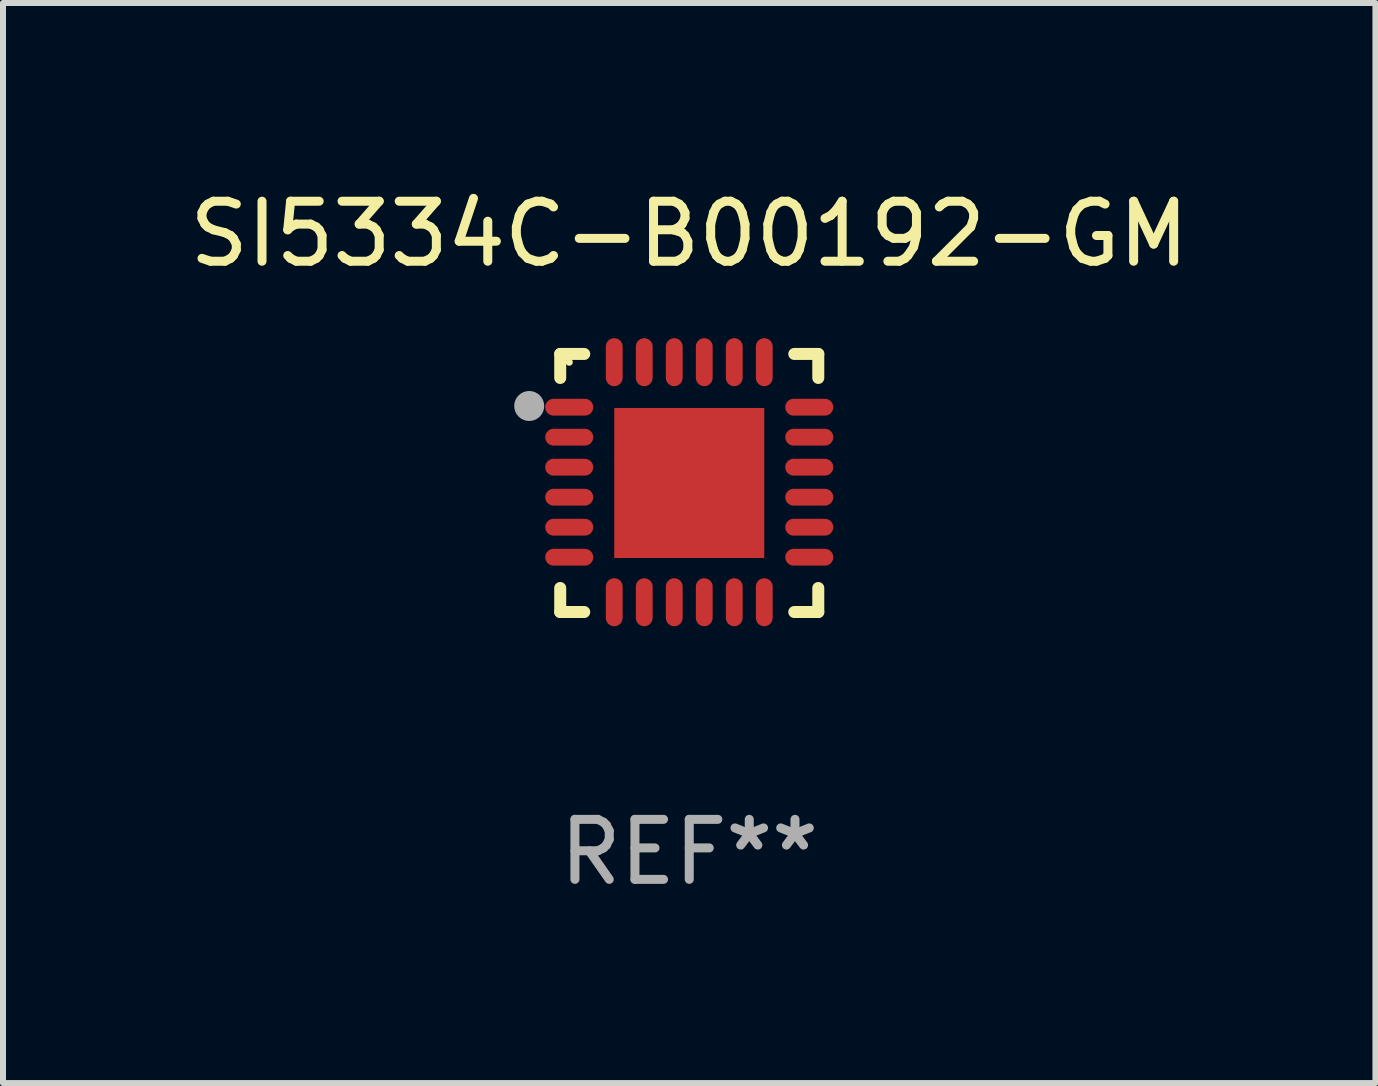
<source format=kicad_pcb>
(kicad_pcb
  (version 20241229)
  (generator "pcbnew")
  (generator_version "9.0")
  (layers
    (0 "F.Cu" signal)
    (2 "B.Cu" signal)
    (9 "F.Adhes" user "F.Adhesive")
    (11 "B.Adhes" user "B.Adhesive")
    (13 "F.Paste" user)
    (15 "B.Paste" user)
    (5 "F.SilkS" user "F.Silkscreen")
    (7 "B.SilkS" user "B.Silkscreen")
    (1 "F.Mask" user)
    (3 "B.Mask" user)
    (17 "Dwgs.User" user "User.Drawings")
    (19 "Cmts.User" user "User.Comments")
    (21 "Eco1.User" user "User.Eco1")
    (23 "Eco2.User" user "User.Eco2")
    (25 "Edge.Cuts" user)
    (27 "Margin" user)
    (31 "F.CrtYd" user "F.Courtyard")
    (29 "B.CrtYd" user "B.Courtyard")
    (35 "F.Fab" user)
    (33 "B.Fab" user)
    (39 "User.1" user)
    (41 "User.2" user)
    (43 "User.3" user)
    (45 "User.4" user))
  (footprint "SI5334C-B00192-GM"
    (layer "F.Cu")
    (at 8.435 4.998)
    (property "Reference" "SI5334C-B00192-GM" (at 0 -4.15 0) (layer "F.SilkS") (effects (font (size 1 1) (thickness 0.15))))
    (attr through_hole)
    (fp_line (start -2.15 -2.15) (end -1.75 -2.15) (stroke (width 0.2) (type solid)) (layer "F.SilkS"))
    (fp_line (start -2.15 -1.75) (end -2.15 -2.15) (stroke (width 0.2) (type solid)) (layer "F.SilkS"))
    (fp_line (start -2.15 2.15) (end -2.15 1.75) (stroke (width 0.2) (type solid)) (layer "F.SilkS"))
    (fp_line (start -1.75 2.15) (end -2.15 2.15) (stroke (width 0.2) (type solid)) (layer "F.SilkS"))
    (fp_line (start 1.75 -2.15) (end 2.15 -2.15) (stroke (width 0.2) (type solid)) (layer "F.SilkS"))
    (fp_line (start 1.75 2.15) (end 2.15 2.15) (stroke (width 0.2) (type solid)) (layer "F.SilkS"))
    (fp_line (start 2.15 -2.15) (end 2.15 -1.75) (stroke (width 0.2) (type solid)) (layer "F.SilkS"))
    (fp_line (start 2.15 2.15) (end 2.15 1.75) (stroke (width 0.2) (type solid)) (layer "F.SilkS"))
    (fp_circle (center -2 -2.013) (end -1.97 -2.013) (stroke (width 0.06) (type solid)) (fill no) (layer "F.SilkS"))
    (fp_circle (center -2.667 -1.283) (end -2.542 -1.283) (stroke (width 0.25) (type solid)) (fill no) (layer "F.Fab"))
    (fp_text user "REF**" (at 0 6.15 0) (layer "F.Fab") (effects (font (size 1 1) (thickness 0.15))))
    (pad "1" smd oval (at -2 -1.263) (size 0.8 0.28) (layers "F.Cu" "F.Mask" "F.Paste"))
    (pad "2" smd oval (at -2 -0.763) (size 0.8 0.28) (layers "F.Cu" "F.Mask" "F.Paste"))
    (pad "3" smd oval (at -2 -0.263) (size 0.8 0.28) (layers "F.Cu" "F.Mask" "F.Paste"))
    (pad "4" smd oval (at -2 0.237) (size 0.8 0.28) (layers "F.Cu" "F.Mask" "F.Paste"))
    (pad "5" smd oval (at -2 0.737) (size 0.8 0.28) (layers "F.Cu" "F.Mask" "F.Paste"))
    (pad "6" smd oval (at -2 1.237) (size 0.8 0.28) (layers "F.Cu" "F.Mask" "F.Paste"))
    (pad "7" smd oval (at -1.25 1.987) (size 0.28 0.8) (layers "F.Cu" "F.Mask" "F.Paste"))
    (pad "8" smd oval (at -0.75 1.987) (size 0.28 0.8) (layers "F.Cu" "F.Mask" "F.Paste"))
    (pad "9" smd oval (at -0.25 1.987) (size 0.28 0.8) (layers "F.Cu" "F.Mask" "F.Paste"))
    (pad "10" smd oval (at 0.25 1.987) (size 0.28 0.8) (layers "F.Cu" "F.Mask" "F.Paste"))
    (pad "11" smd oval (at 0.75 1.987) (size 0.28 0.8) (layers "F.Cu" "F.Mask" "F.Paste"))
    (pad "12" smd oval (at 1.25 1.987) (size 0.28 0.8) (layers "F.Cu" "F.Mask" "F.Paste"))
    (pad "13" smd oval (at 2 1.237) (size 0.8 0.28) (layers "F.Cu" "F.Mask" "F.Paste"))
    (pad "14" smd oval (at 2 0.737) (size 0.8 0.28) (layers "F.Cu" "F.Mask" "F.Paste"))
    (pad "15" smd oval (at 2 0.237) (size 0.8 0.28) (layers "F.Cu" "F.Mask" "F.Paste"))
    (pad "16" smd oval (at 2 -0.263) (size 0.8 0.28) (layers "F.Cu" "F.Mask" "F.Paste"))
    (pad "17" smd oval (at 2 -0.763) (size 0.8 0.28) (layers "F.Cu" "F.Mask" "F.Paste"))
    (pad "18" smd oval (at 2 -1.263) (size 0.8 0.28) (layers "F.Cu" "F.Mask" "F.Paste"))
    (pad "19" smd oval (at 1.25 -2.013) (size 0.28 0.8) (layers "F.Cu" "F.Mask" "F.Paste"))
    (pad "20" smd oval (at 0.75 -2.013) (size 0.28 0.8) (layers "F.Cu" "F.Mask" "F.Paste"))
    (pad "21" smd oval (at 0.25 -2.013) (size 0.28 0.8) (layers "F.Cu" "F.Mask" "F.Paste"))
    (pad "22" smd oval (at -0.25 -2.013) (size 0.28 0.8) (layers "F.Cu" "F.Mask" "F.Paste"))
    (pad "23" smd oval (at -0.75 -2.013) (size 0.28 0.8) (layers "F.Cu" "F.Mask" "F.Paste"))
    (pad "24" smd oval (at -1.25 -2.013) (size 0.28 0.8) (layers "F.Cu" "F.Mask" "F.Paste"))
    (pad "25" smd rect (at -0.000127 -0.00014) (size 2.5 2.5) (layers "F.Cu" "F.Mask" "F.Paste")))
  (gr_rect
    (start -3 -3)
    (end 19.869 14.997)
    (stroke (width 0.1) (type default))
    (fill no)
    (layer "Edge.Cuts")))
</source>
